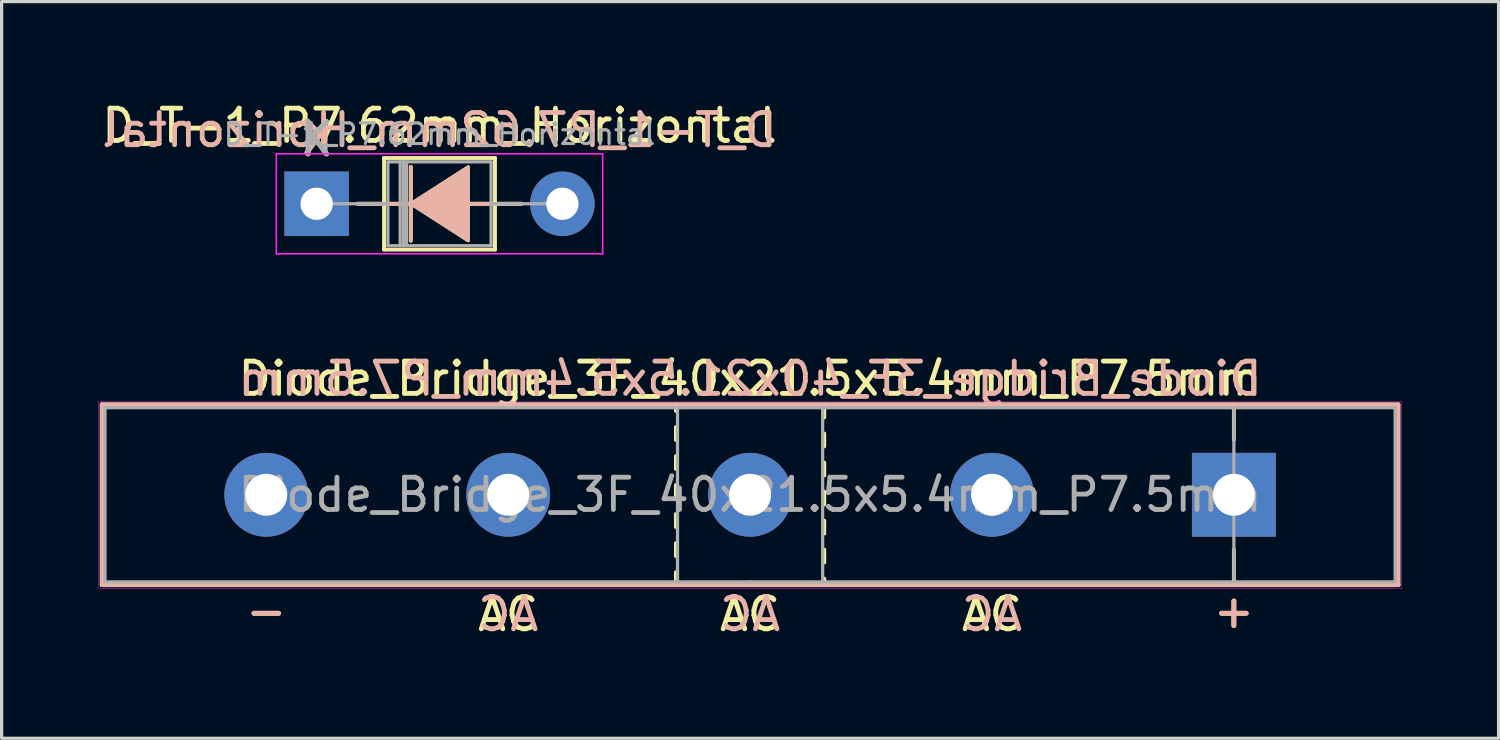
<source format=kicad_pcb>
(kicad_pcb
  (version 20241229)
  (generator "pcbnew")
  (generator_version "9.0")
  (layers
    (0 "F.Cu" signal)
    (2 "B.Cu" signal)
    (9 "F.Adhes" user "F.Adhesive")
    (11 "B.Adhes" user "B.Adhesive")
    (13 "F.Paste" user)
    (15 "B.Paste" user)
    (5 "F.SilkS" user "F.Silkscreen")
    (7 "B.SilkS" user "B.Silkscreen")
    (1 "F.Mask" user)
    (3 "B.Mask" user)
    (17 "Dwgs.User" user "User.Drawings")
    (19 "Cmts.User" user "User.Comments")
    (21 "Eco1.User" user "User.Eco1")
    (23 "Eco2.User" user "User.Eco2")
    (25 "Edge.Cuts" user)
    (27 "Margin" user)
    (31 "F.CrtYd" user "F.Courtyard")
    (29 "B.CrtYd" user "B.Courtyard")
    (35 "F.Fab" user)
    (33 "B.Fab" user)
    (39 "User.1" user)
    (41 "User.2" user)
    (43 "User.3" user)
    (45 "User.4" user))
  (footprint "Diode_Bridge_3F_40x21.5x5.4mm_P7.5mm"
    (layer "F.Cu")
    (at 35.206 12.291)
    (property "Reference" "Diode_Bridge_3F_40x21.5x5.4mm_P7.5mm" (at -15 -3.6 0) (unlocked yes) (layer "F.SilkS") (effects (font (size 1 1) (thickness 0.15))))
    (fp_line (start -35.1 -2.8) (end 5.1 -2.8) (stroke (width 0.12) (type solid)) (layer "F.SilkS"))
    (fp_line (start -35.1 2.8) (end -35.1 -2.8) (stroke (width 0.12) (type solid)) (layer "F.SilkS"))
    (fp_line (start -17.3 -2.6) (end -17.3 -2.8) (stroke (width 0.12) (type solid)) (layer "F.SilkS"))
    (fp_line (start -17.3 -1.7) (end -17.3 -2.1) (stroke (width 0.12) (type solid)) (layer "F.SilkS"))
    (fp_line (start -17.3 -0.8) (end -17.3 -1.2) (stroke (width 0.12) (type solid)) (layer "F.SilkS"))
    (fp_line (start -17.3 0.1) (end -17.3 -0.3) (stroke (width 0.12) (type solid)) (layer "F.SilkS"))
    (fp_line (start -17.3 1) (end -17.3 0.6) (stroke (width 0.12) (type solid)) (layer "F.SilkS"))
    (fp_line (start -17.3 1.9) (end -17.3 1.5) (stroke (width 0.12) (type solid)) (layer "F.SilkS"))
    (fp_line (start -17.3 2.8) (end -17.3 2.4) (stroke (width 0.12) (type solid)) (layer "F.SilkS"))
    (fp_line (start -12.7 -2.8) (end -12.7 -2.4) (stroke (width 0.12) (type solid)) (layer "F.SilkS"))
    (fp_line (start -12.7 -1.9) (end -12.7 -1.5) (stroke (width 0.12) (type solid)) (layer "F.SilkS"))
    (fp_line (start -12.7 -1) (end -12.7 -0.6) (stroke (width 0.12) (type solid)) (layer "F.SilkS"))
    (fp_line (start -12.7 -0.1) (end -12.7 0.3) (stroke (width 0.12) (type solid)) (layer "F.SilkS"))
    (fp_line (start -12.7 0.8) (end -12.7 1.2) (stroke (width 0.12) (type solid)) (layer "F.SilkS"))
    (fp_line (start -12.7 1.7) (end -12.7 2.1) (stroke (width 0.12) (type solid)) (layer "F.SilkS"))
    (fp_line (start -12.7 2.6) (end -12.7 2.8) (stroke (width 0.12) (type solid)) (layer "F.SilkS"))
    (fp_line (start 0 -1.7) (end 0 -2.8) (stroke (width 0.12) (type solid)) (layer "F.SilkS"))
    (fp_line (start 0 2.8) (end 0 1.7) (stroke (width 0.12) (type solid)) (layer "F.SilkS"))
    (fp_line (start 5.1 -2.8) (end 5.1 2.8) (stroke (width 0.12) (type solid)) (layer "F.SilkS"))
    (fp_line (start 5.1 2.8) (end -35.1 2.8) (stroke (width 0.12) (type solid)) (layer "F.SilkS"))
    (fp_line (start -35.1 -2.8) (end 5.1 -2.8) (stroke (width 0.12) (type solid)) (layer "B.SilkS"))
    (fp_line (start -35.1 2.8) (end -35.1 -2.8) (stroke (width 0.12) (type solid)) (layer "B.SilkS"))
    (fp_line (start 5.1 -2.8) (end 5.1 2.8) (stroke (width 0.12) (type solid)) (layer "B.SilkS"))
    (fp_line (start 5.1 2.8) (end -35.1 2.8) (stroke (width 0.12) (type solid)) (layer "B.SilkS"))
    (fp_line (start -35.2 -2.9) (end -35.2 2.9) (stroke (width 0.013) (type solid)) (layer "F.CrtYd"))
    (fp_line (start -35.2 2.9) (end 5.2 2.9) (stroke (width 0.013) (type solid)) (layer "F.CrtYd"))
    (fp_line (start 5.2 -2.9) (end -35.2 -2.9) (stroke (width 0.013) (type solid)) (layer "F.CrtYd"))
    (fp_line (start 5.2 2.9) (end 5.2 -2.9) (stroke (width 0.013) (type solid)) (layer "F.CrtYd"))
    (fp_line (start -35 -2.7) (end 5 -2.7) (stroke (width 0.1) (type solid)) (layer "F.Fab"))
    (fp_line (start -35 2.7) (end -35 -2.7) (stroke (width 0.1) (type solid)) (layer "F.Fab"))
    (fp_line (start -17.25 0) (end -17.25 -2.7) (stroke (width 0.1) (type solid)) (layer "F.Fab"))
    (fp_line (start -17.25 0) (end -17.25 2.65) (stroke (width 0.1) (type solid)) (layer "F.Fab"))
    (fp_line (start -17.25 2.65) (end -17.25 2.7) (stroke (width 0.1) (type solid)) (layer "F.Fab"))
    (fp_line (start -15 2.7) (end -35 2.7) (stroke (width 0.1) (type solid)) (layer "F.Fab"))
    (fp_line (start -12.75 0) (end -12.75 -2.7) (stroke (width 0.1) (type solid)) (layer "F.Fab"))
    (fp_line (start -12.75 0) (end -12.75 2.7) (stroke (width 0.1) (type solid)) (layer "F.Fab"))
    (fp_line (start 0 2.7) (end 0 -2.7) (stroke (width 0.1) (type solid)) (layer "F.Fab"))
    (fp_line (start 5 -2.7) (end 5 2.7) (stroke (width 0.1) (type solid)) (layer "F.Fab"))
    (fp_line (start 5 2.7) (end -15 2.7) (stroke (width 0.1) (type solid)) (layer "F.Fab"))
    (fp_text user "AC" (at -7.5 3.7 0) (layer "F.SilkS") (effects (font (size 1 1) (thickness 0.15))))
    (fp_text user "+" (at 0 3.6 0) (layer "F.SilkS") (effects (font (size 1 1) (thickness 0.15))))
    (fp_text user "AC" (at -15 3.7 0) (layer "F.SilkS") (effects (font (size 1 1) (thickness 0.15))))
    (fp_text user "AC" (at -22.5 3.7 0) (layer "F.SilkS") (effects (font (size 1 1) (thickness 0.15))))
    (fp_text user "-" (at -30 3.6 0) (layer "F.SilkS") (effects (font (size 1 1) (thickness 0.15))))
    (fp_text user "-" (at -30 3.6 180) (layer "B.SilkS") (effects (font (size 1 1) (thickness 0.15)) (justify mirror)))
    (fp_text user "AC" (at -15 3.7 180) (layer "B.SilkS") (effects (font (size 1 1) (thickness 0.15)) (justify mirror)))
    (fp_text user "+" (at 0 3.6 180) (layer "B.SilkS") (effects (font (size 1 1) (thickness 0.15)) (justify mirror)))
    (fp_text user "AC" (at -7.5 3.7 180) (layer "B.SilkS") (effects (font (size 1 1) (thickness 0.15)) (justify mirror)))
    (fp_text user "${REFERENCE}" (at -15 -3.6 0) (layer "B.SilkS") (effects (font (size 1 1) (thickness 0.15)) (justify mirror)))
    (fp_text user "AC" (at -22.5 3.7 180) (layer "B.SilkS") (effects (font (size 1 1) (thickness 0.15)) (justify mirror)))
    (fp_text user "${REFERENCE}" (at -15 0 0) (layer "F.Fab") (effects (font (size 1 1) (thickness 0.15))))
    (pad "1" thru_hole rect (at 0 0) (size 2.6 2.6) (drill 1.3) (layers "*.Cu" "*.Mask"))
    (pad "2" thru_hole circle (at -7.5 0) (size 2.6 2.6) (drill 1.3) (layers "*.Cu" "*.Mask"))
    (pad "3" thru_hole circle (at -15 0) (size 2.6 2.6) (drill 1.3) (layers "*.Cu" "*.Mask"))
    (pad "4" thru_hole circle (at -22.5 0) (size 2.6 2.6) (drill 1.3) (layers "*.Cu" "*.Mask"))
    (pad "5" thru_hole circle (at -30 0) (size 2.6 2.6) (drill 1.3) (layers "*.Cu" "*.Mask")))
  (footprint "D_T-1_P7.62mm_Horizontal"
    (layer "F.Cu")
    (at 6.767 3.268)
    (property "Reference" "D_T-1_P7.62mm_Horizontal" (at 3.81 -2.42 0) (layer "F.SilkS") (effects (font (size 1 1) (thickness 0.15))))
    (fp_line (start 2.09 -1.42) (end 5.53 -1.42) (stroke (width 0.12) (type solid)) (layer "F.SilkS"))
    (fp_line (start 2.09 1.24) (end 2.09 -1.42) (stroke (width 0.12) (type solid)) (layer "F.SilkS"))
    (fp_line (start 2.09 1.24) (end 2.09 1.42) (stroke (width 0.12) (type solid)) (layer "F.SilkS"))
    (fp_line (start 2.09 1.42) (end 5.53 1.42) (stroke (width 0.12) (type solid)) (layer "F.SilkS"))
    (fp_line (start 2.921 -1.143) (end 2.921 1.143) (stroke (width 0.12) (type solid)) (layer "F.SilkS"))
    (fp_line (start 3.048 0) (end 1.27 0) (stroke (width 0.12) (type solid)) (layer "F.SilkS"))
    (fp_line (start 4.699 0) (end 6.35 0) (stroke (width 0.12) (type solid)) (layer "F.SilkS"))
    (fp_line (start 5.53 -1.42) (end 5.53 1.24) (stroke (width 0.12) (type solid)) (layer "F.SilkS"))
    (fp_line (start 5.53 1.42) (end 5.53 1.24) (stroke (width 0.12) (type solid)) (layer "F.SilkS"))
    (fp_poly (pts (xy 4.699 1.143) (xy 2.921 0) (xy 4.699 -1.143)) (stroke (width 0.1) (type solid)) (fill yes) (layer "F.SilkS"))
    (fp_line (start 2.921 1.143) (end 2.921 -1.143) (stroke (width 0.12) (type solid)) (layer "B.SilkS"))
    (fp_line (start 3.048 0) (end 1.27 0) (stroke (width 0.12) (type solid)) (layer "B.SilkS"))
    (fp_line (start 4.699 0) (end 6.35 0) (stroke (width 0.12) (type solid)) (layer "B.SilkS"))
    (fp_poly (pts (xy 4.699 -1.143) (xy 2.921 0) (xy 4.699 1.143)) (stroke (width 0.1) (type solid)) (fill yes) (layer "B.SilkS"))
    (fp_line (start -1.25 -1.55) (end -1.25 1.55) (stroke (width 0.05) (type solid)) (layer "F.CrtYd"))
    (fp_line (start -1.25 1.55) (end 8.87 1.55) (stroke (width 0.05) (type solid)) (layer "F.CrtYd"))
    (fp_line (start 8.87 -1.55) (end -1.25 -1.55) (stroke (width 0.05) (type solid)) (layer "F.CrtYd"))
    (fp_line (start 8.87 1.55) (end 8.87 -1.55) (stroke (width 0.05) (type solid)) (layer "F.CrtYd"))
    (fp_line (start 0 0) (end 2.21 0) (stroke (width 0.1) (type solid)) (layer "F.Fab"))
    (fp_line (start 2.21 -1.3) (end 2.21 1.3) (stroke (width 0.1) (type solid)) (layer "F.Fab"))
    (fp_line (start 2.21 1.3) (end 5.41 1.3) (stroke (width 0.1) (type solid)) (layer "F.Fab"))
    (fp_line (start 2.59 -1.3) (end 2.59 1.3) (stroke (width 0.1) (type solid)) (layer "F.Fab"))
    (fp_line (start 2.69 -1.3) (end 2.69 1.3) (stroke (width 0.1) (type solid)) (layer "F.Fab"))
    (fp_line (start 2.79 -1.3) (end 2.79 1.3) (stroke (width 0.1) (type solid)) (layer "F.Fab"))
    (fp_line (start 5.41 -1.3) (end 2.21 -1.3) (stroke (width 0.1) (type solid)) (layer "F.Fab"))
    (fp_line (start 5.41 1.3) (end 5.41 -1.3) (stroke (width 0.1) (type solid)) (layer "F.Fab"))
    (fp_line (start 7.62 0) (end 5.41 0) (stroke (width 0.1) (type solid)) (layer "F.Fab"))
    (fp_text user "K" (at 0 -2 0) (layer "F.SilkS") (effects (font (size 1 1) (thickness 0.15))))
    (fp_text user "K" (at 0 -2.032 0) (layer "B.SilkS") (effects (font (size 1 1) (thickness 0.15)) (justify mirror)))
    (fp_text user "${REFERENCE}" (at 3.81 -2.286 0) (layer "B.SilkS") (effects (font (size 1 1) (thickness 0.15)) (justify mirror)))
    (fp_text user "K" (at 0 -2 0) (layer "F.Fab") (effects (font (size 1 1) (thickness 0.15))))
    (fp_text user "${REFERENCE}" (at 3.81 -2.159 0) (layer "F.Fab") (effects (font (size 0.64 0.64) (thickness 0.096))))
    (pad "1" thru_hole rect (at 0 0) (size 2 2) (drill 1) (layers "*.Cu" "*.Mask"))
    (pad "2" thru_hole oval (at 7.62 0) (size 2 2) (drill 1) (layers "*.Cu" "*.Mask")))
  (gr_rect
    (start -3 -3)
    (end 43.413 19.84)
    (stroke (width 0.1) (type default))
    (fill no)
    (layer "Edge.Cuts")))
</source>
